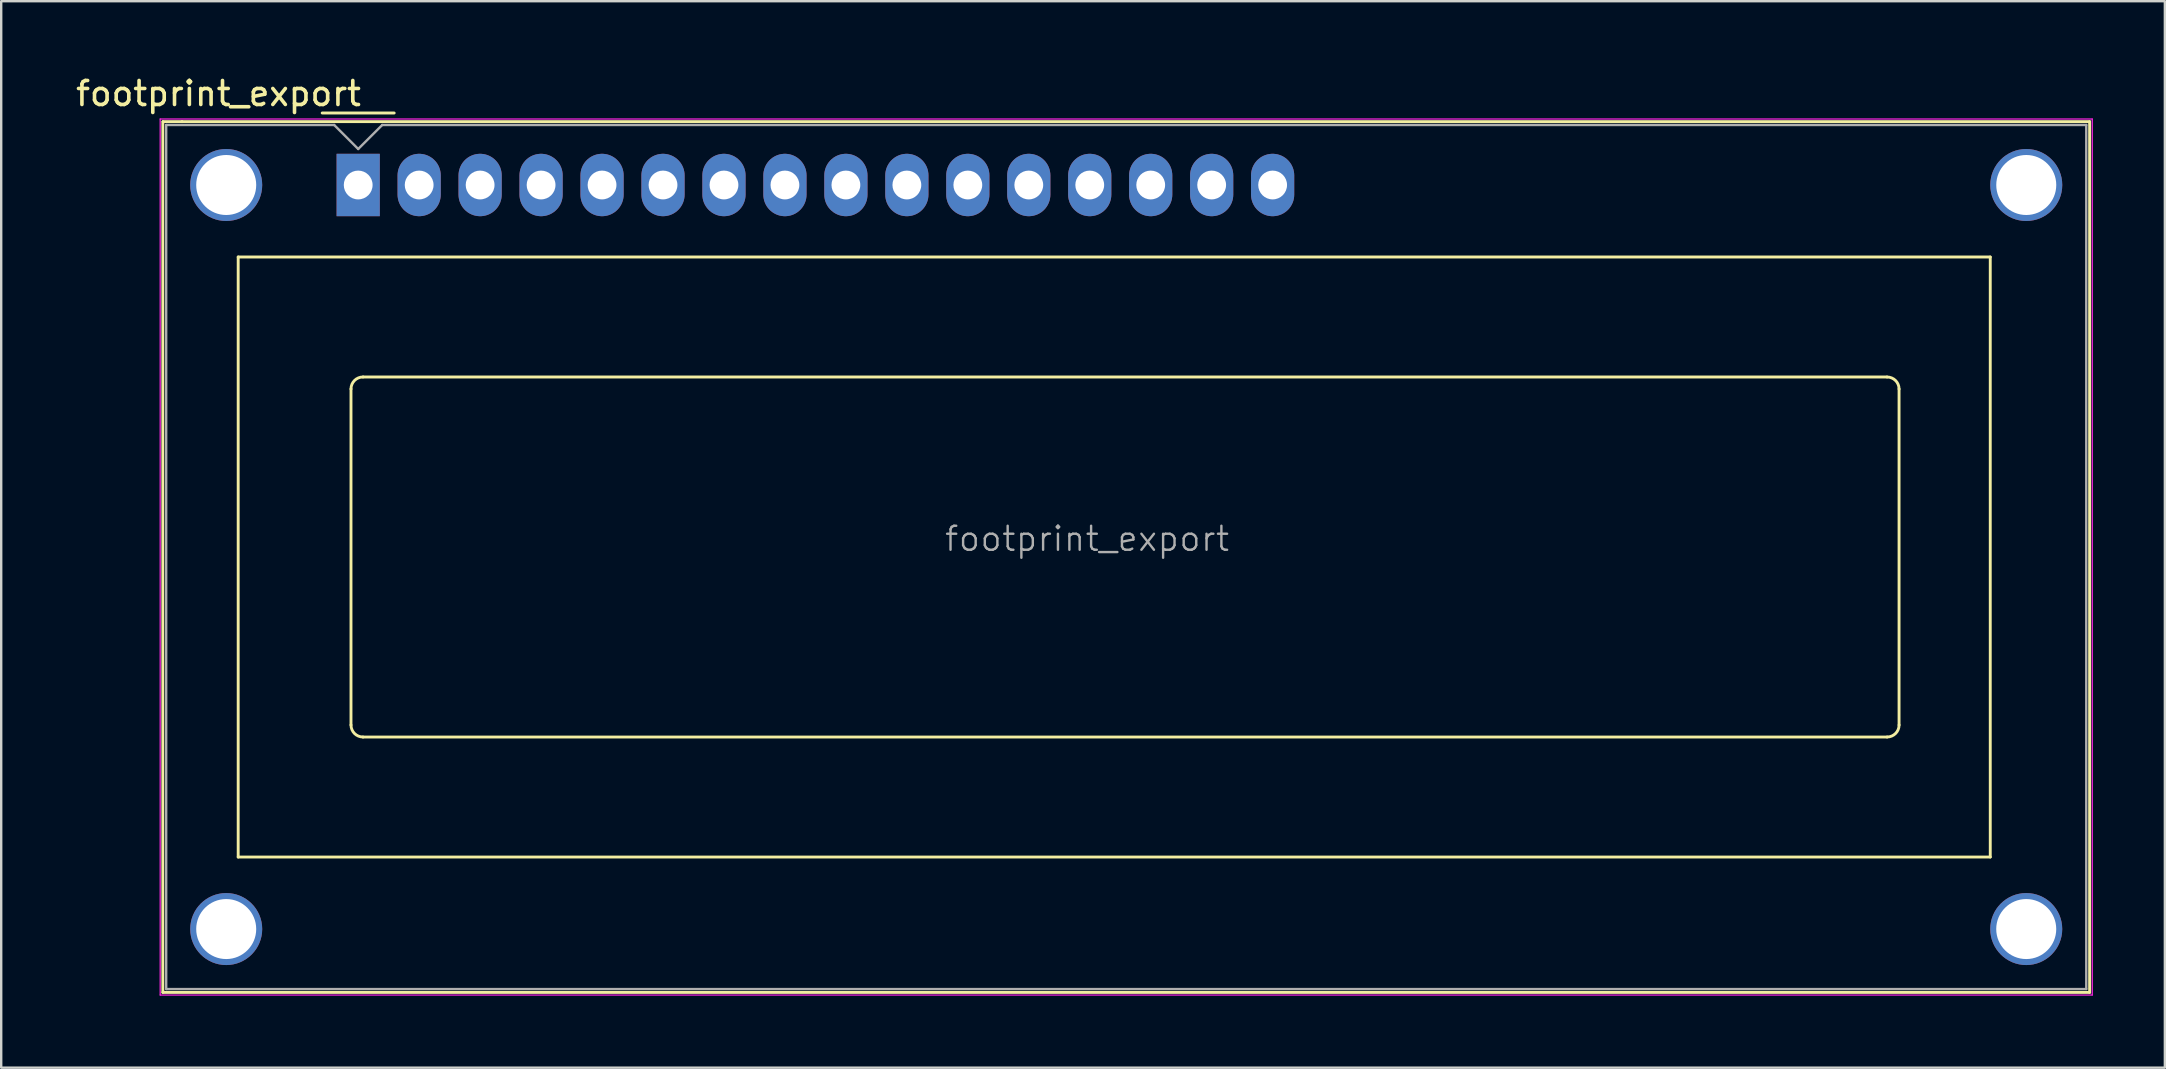
<source format=kicad_pcb>
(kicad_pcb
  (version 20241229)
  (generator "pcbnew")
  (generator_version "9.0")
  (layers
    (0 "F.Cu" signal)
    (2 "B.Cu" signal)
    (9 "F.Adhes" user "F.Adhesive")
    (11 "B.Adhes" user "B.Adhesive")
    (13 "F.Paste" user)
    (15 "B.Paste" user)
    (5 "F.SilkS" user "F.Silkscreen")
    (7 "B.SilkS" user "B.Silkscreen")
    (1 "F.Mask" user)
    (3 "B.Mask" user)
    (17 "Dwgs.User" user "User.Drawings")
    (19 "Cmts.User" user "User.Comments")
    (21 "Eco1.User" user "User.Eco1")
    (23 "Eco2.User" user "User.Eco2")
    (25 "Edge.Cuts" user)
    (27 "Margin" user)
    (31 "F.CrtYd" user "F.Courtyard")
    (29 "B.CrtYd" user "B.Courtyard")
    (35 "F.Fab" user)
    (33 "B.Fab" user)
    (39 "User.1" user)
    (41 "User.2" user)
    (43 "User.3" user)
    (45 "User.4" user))
  (footprint "footprint_export"
    (layer "F.Cu")
    (at 11.874 4.658)
    (property "Reference" "footprint_export" (at -5.82 -3.81 0) (layer "F.SilkS") (effects (font (size 1 1) (thickness 0.15))))
    (attr through_hole)
    (fp_line (start -8.14 -2.64) (end -8.14 33.64) (stroke (width 0.12) (type solid)) (layer "F.SilkS"))
    (fp_line (start -8.14 33.64) (end 72.14 33.64) (stroke (width 0.12) (type solid)) (layer "F.SilkS"))
    (fp_line (start -8.13 -2.64) (end -7.34 -2.64) (stroke (width 0.12) (type solid)) (layer "F.SilkS"))
    (fp_line (start -5 3) (end 68 3) (stroke (width 0.12) (type solid)) (layer "F.SilkS"))
    (fp_line (start -5 28) (end -5 3) (stroke (width 0.12) (type solid)) (layer "F.SilkS"))
    (fp_line (start -1.5 -3) (end 1.5 -3) (stroke (width 0.12) (type solid)) (layer "F.SilkS"))
    (fp_line (start -0.3 22.499) (end -0.3 8.5) (stroke (width 0.12) (type solid)) (layer "F.SilkS"))
    (fp_line (start 0.2 8) (end 63.7 8) (stroke (width 0.12) (type solid)) (layer "F.SilkS"))
    (fp_line (start 63.701 23) (end 0.2 23) (stroke (width 0.12) (type solid)) (layer "F.SilkS"))
    (fp_line (start 64.2 8.5) (end 64.2 22.5) (stroke (width 0.12) (type solid)) (layer "F.SilkS"))
    (fp_line (start 68 3) (end 68 28) (stroke (width 0.12) (type solid)) (layer "F.SilkS"))
    (fp_line (start 68 28) (end -5 28) (stroke (width 0.12) (type solid)) (layer "F.SilkS"))
    (fp_line (start 72.14 -2.64) (end -7.34 -2.64) (stroke (width 0.12) (type solid)) (layer "F.SilkS"))
    (fp_line (start 72.14 33.64) (end 72.14 -2.64) (stroke (width 0.12) (type solid)) (layer "F.SilkS"))
    (fp_arc (start -0.29972 8.49884) (mid -0.153162 8.145018) (end 0.20066 7.99846) (stroke (width 0.12) (type solid)) (layer "F.SilkS"))
    (fp_arc (start 0.20066 22.9997) (mid -0.153162 22.853142) (end -0.29972 22.49932) (stroke (width 0.12) (type solid)) (layer "F.SilkS"))
    (fp_arc (start 63.7 8) (mid 64.053553 8.146447) (end 64.2 8.5) (stroke (width 0.12) (type solid)) (layer "F.SilkS"))
    (fp_arc (start 64.20104 22.49932) (mid 64.054482 22.853142) (end 63.70066 22.9997) (stroke (width 0.12) (type solid)) (layer "F.SilkS"))
    (fp_line (start -8.25 -2.75) (end -8.25 33.75) (stroke (width 0.05) (type solid)) (layer "F.CrtYd"))
    (fp_line (start -8.25 -2.75) (end 72.25 -2.75) (stroke (width 0.05) (type solid)) (layer "F.CrtYd"))
    (fp_line (start -8.25 33.75) (end 72.25 33.75) (stroke (width 0.05) (type solid)) (layer "F.CrtYd"))
    (fp_line (start 72.25 -2.75) (end 72.25 33.75) (stroke (width 0.05) (type solid)) (layer "F.CrtYd"))
    (fp_line (start -8 33.5) (end -8 -2.5) (stroke (width 0.1) (type solid)) (layer "F.Fab"))
    (fp_line (start -1 -2.5) (end -8 -2.5) (stroke (width 0.1) (type solid)) (layer "F.Fab"))
    (fp_line (start 0 -1.5) (end -1 -2.5) (stroke (width 0.1) (type solid)) (layer "F.Fab"))
    (fp_line (start 1 -2.5) (end 0 -1.5) (stroke (width 0.1) (type solid)) (layer "F.Fab"))
    (fp_line (start 1 -2.5) (end 72 -2.5) (stroke (width 0.1) (type solid)) (layer "F.Fab"))
    (fp_line (start 72 -2.5) (end 72 33.5) (stroke (width 0.1) (type solid)) (layer "F.Fab"))
    (fp_line (start 72 33.5) (end -8 33.5) (stroke (width 0.1) (type solid)) (layer "F.Fab"))
    (fp_text user "${REFERENCE}" (at 30.37 14.74 0) (layer "F.Fab") (effects (font (size 1 1) (thickness 0.1))))
    (pad "" thru_hole circle (at -5.499 0) (size 3 3) (drill 2.5) (layers "*.Cu" "*.Mask"))
    (pad "" thru_hole circle (at -5.499 31.001) (size 3 3) (drill 2.5) (layers "*.Cu" "*.Mask"))
    (pad "" thru_hole circle (at 69.499 31.001) (size 3 3) (drill 2.5) (layers "*.Cu" "*.Mask"))
    (pad "" thru_hole circle (at 69.5 0) (size 3 3) (drill 2.5) (layers "*.Cu" "*.Mask"))
    (pad "1" thru_hole rect (at 0 0) (size 1.8 2.6) (drill 1.2) (layers "*.Cu" "*.Mask"))
    (pad "2" thru_hole oval (at 2.54 0) (size 1.8 2.6) (drill 1.2) (layers "*.Cu" "*.Mask"))
    (pad "3" thru_hole oval (at 5.08 0) (size 1.8 2.6) (drill 1.2) (layers "*.Cu" "*.Mask"))
    (pad "4" thru_hole oval (at 7.62 0) (size 1.8 2.6) (drill 1.2) (layers "*.Cu" "*.Mask"))
    (pad "5" thru_hole oval (at 10.16 0) (size 1.8 2.6) (drill 1.2) (layers "*.Cu" "*.Mask"))
    (pad "6" thru_hole oval (at 12.7 0) (size 1.8 2.6) (drill 1.2) (layers "*.Cu" "*.Mask"))
    (pad "7" thru_hole oval (at 15.24 0) (size 1.8 2.6) (drill 1.2) (layers "*.Cu" "*.Mask"))
    (pad "8" thru_hole oval (at 17.78 0) (size 1.8 2.6) (drill 1.2) (layers "*.Cu" "*.Mask"))
    (pad "9" thru_hole oval (at 20.32 0) (size 1.8 2.6) (drill 1.2) (layers "*.Cu" "*.Mask"))
    (pad "10" thru_hole oval (at 22.86 0) (size 1.8 2.6) (drill 1.2) (layers "*.Cu" "*.Mask"))
    (pad "11" thru_hole oval (at 25.4 0) (size 1.8 2.6) (drill 1.2) (layers "*.Cu" "*.Mask"))
    (pad "12" thru_hole oval (at 27.94 0) (size 1.8 2.6) (drill 1.2) (layers "*.Cu" "*.Mask"))
    (pad "13" thru_hole oval (at 30.48 0) (size 1.8 2.6) (drill 1.2) (layers "*.Cu" "*.Mask"))
    (pad "14" thru_hole oval (at 33.02 0) (size 1.8 2.6) (drill 1.2) (layers "*.Cu" "*.Mask"))
    (pad "15" thru_hole oval (at 35.56 0) (size 1.8 2.6) (drill 1.2) (layers "*.Cu" "*.Mask"))
    (pad "16" thru_hole oval (at 38.1 0) (size 1.8 2.6) (drill 1.2) (layers "*.Cu" "*.Mask")))
  (gr_rect
    (start -3 -3)
    (end 87.149 41.433)
    (stroke (width 0.1) (type default))
    (fill no)
    (layer "Edge.Cuts")))
</source>
